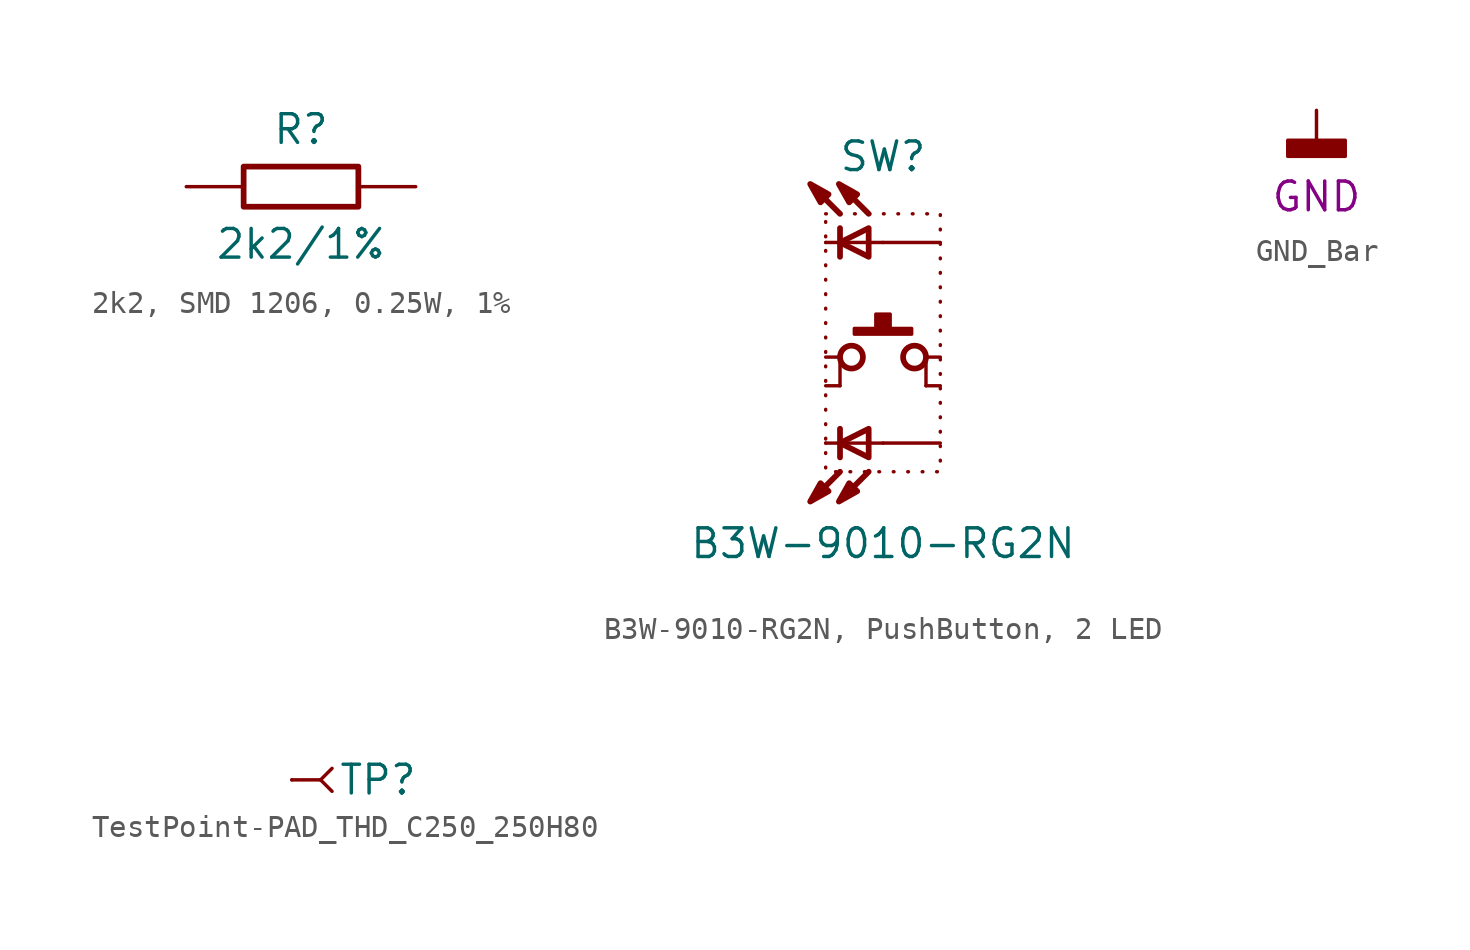
<source format=kicad_sym>
(kicad_symbol_lib
  (version 20231120)
  (generator "kicad_symbol_editor")
  (generator_version "8.0")
  (symbol "2k2, SMD 1206, 0.25W, 1%"
    (pin_numbers hide)
    (pin_names
      (offset 0) hide)
    (property "Reference" "R"
      (at 0 2.54 0)
      (effects (font (size 1.27 1.27))))
    (property "Value" "2k2/1%"
      (at 0 -2.54 0)
      (effects (font (size 1.27 1.27))))
    (symbol "2k2, SMD 1206, 0.25W, 1%_0_1"
      (rectangle (start -2.54 0.889) (end 2.54 -0.889) (stroke (width 0.254) (type default)) (fill (type none))))
    (symbol "2k2, SMD 1206, 0.25W, 1%_1_1"
      (pin passive line (at -5.08 0 0) (length 2.54) (name "1" (effects (font (size 1.27 1.27)))) (number "1" (effects (font (size 1.27 1.27)))))
      (pin passive line (at 5.08 0 180) (length 2.54) (name "2" (effects (font (size 1.27 1.27)))) (number "2" (effects (font (size 1.27 1.27)))))))
  (symbol "B3W-9010-RG2N, PushButton, 2 LED"
    (pin_numbers hide)
    (pin_names
      (offset 0) hide)
    (property "Reference" "SW"
      (at 0 8.89 0)
      (effects (font (size 1.27 1.27))))
    (property "Value" "B3W-9010-RG2N"
      (at 0 -8.255 0)
      (effects (font (size 1.27 1.27))))
    (symbol "B3W-9010-RG2N, PushButton, 2 LED_0_0"
      (polyline (pts (xy -2.54 -3.81) (xy 0 -3.81)) (stroke (width 0.152) (type default)) (fill (type none)))
      (polyline (pts (xy -2.54 5.08) (xy 0 5.08)) (stroke (width 0.152) (type default)) (fill (type none)))
      (polyline (pts (xy -1.905 -5.08) (xy -3.175 -6.35)) (stroke (width 0.254) (type default)) (fill (type none)))
      (polyline (pts (xy -1.905 6.35) (xy -3.175 7.62)) (stroke (width 0.254) (type default)) (fill (type none)))
      (polyline (pts (xy -0.635 -5.08) (xy -1.905 -6.35)) (stroke (width 0.254) (type default)) (fill (type none)))
      (polyline (pts (xy -0.635 6.35) (xy -1.905 7.62)) (stroke (width 0.254) (type default)) (fill (type none)))
      (polyline (pts (xy -3.226 -6.401) (xy -2.769 -5.588) (xy -2.413 -5.944) (xy -3.226 -6.401)) (stroke (width 0.254) (type default)) (fill (type outline)))
      (polyline (pts (xy -3.226 7.671) (xy -2.769 6.858) (xy -2.413 7.214) (xy -3.226 7.671)) (stroke (width 0.254) (type default)) (fill (type outline)))
      (polyline (pts (xy -1.956 -6.401) (xy -1.499 -5.588) (xy -1.143 -5.944) (xy -1.956 -6.401)) (stroke (width 0.254) (type default)) (fill (type outline)))
      (polyline (pts (xy -1.956 7.671) (xy -1.499 6.858) (xy -1.143 7.214) (xy -1.956 7.671)) (stroke (width 0.254) (type default)) (fill (type outline))))
    (symbol "B3W-9010-RG2N, PushButton, 2 LED_0_1"
      (circle (center -1.397 0) (radius 0.508) (stroke (width 0.254) (type default)) (fill (type none)))
      (rectangle (start -1.27 1.27) (end 1.27 1.016) (stroke (width 0.152) (type default)) (fill (type outline)))
      (rectangle (start -0.318 1.905) (end 0.318 1.27) (stroke (width 0.152) (type default)) (fill (type outline)))
      (polyline (pts (xy -1.905 -4.445) (xy -1.905 -3.175)) (stroke (width 0.254) (type default)) (fill (type none)))
      (polyline (pts (xy -1.905 -1.27) (xy -1.905 0)) (stroke (width 0.152) (type default)) (fill (type none)))
      (polyline (pts (xy -1.905 5.715) (xy -1.905 4.445)) (stroke (width 0.254) (type default)) (fill (type none)))
      (polyline (pts (xy 1.905 -1.27) (xy 1.905 0)) (stroke (width 0.152) (type default)) (fill (type none)))
      (polyline (pts (xy -0.635 -4.445) (xy -0.635 -3.175) (xy -1.905 -3.81) (xy -0.635 -4.445)) (stroke (width 0.254) (type default)) (fill (type none)))
      (polyline (pts (xy -0.635 5.715) (xy -0.635 4.445) (xy -1.905 5.08) (xy -0.635 5.715)) (stroke (width 0.254) (type default)) (fill (type none)))
      (circle (center 1.397 0) (radius 0.508) (stroke (width 0.254) (type default)) (fill (type none))))
    (symbol "B3W-9010-RG2N, PushButton, 2 LED_1_1"
      (rectangle (start -2.54 6.35) (end 2.54 -5.08) (stroke (width 0) (type dot)) (fill (type none)))
      (pin passive line (at -2.54 0 0) (length 0.635) (name "1" (effects (font (size 1.27 1.27)))) (number "1" (effects (font (size 1.27 1.27)))))
      (pin passive line (at -2.54 -1.27 0) (length 0.635) (name "2" (effects (font (size 1.27 1.27)))) (number "2" (effects (font (size 1.27 1.27)))))
      (pin passive line (at 2.54 0 180) (length 0.635) (name "3" (effects (font (size 1.27 1.27)))) (number "3" (effects (font (size 1.27 1.27)))))
      (pin passive line (at 2.54 -1.27 180) (length 0.635) (name "4" (effects (font (size 1.27 1.27)))) (number "4" (effects (font (size 1.27 1.27)))))
      (pin passive line (at 2.54 -3.81 180) (length 2.54) (name "A1" (effects (font (size 1.27 1.27)))) (number "A1" (effects (font (size 1.27 1.27)))))
      (pin passive line (at 2.54 5.08 180) (length 2.54) (name "A2" (effects (font (size 1.27 1.27)))) (number "A2" (effects (font (size 1.27 1.27)))))
      (pin passive line (at -2.54 -3.81 0) (length 0) (name "C1" (effects (font (size 1.27 1.27)))) (number "C1" (effects (font (size 1.27 1.27)))))
      (pin passive line (at -2.54 5.08 0) (length 0) (name "C2" (effects (font (size 1.27 1.27)))) (number "C2" (effects (font (size 1.27 1.27)))))))
  (symbol "GND_Bar"
    (power)
    (pin_numbers hide)
    (pin_names
      (offset 0) hide)
    (property "Reference" "#PWR"
      (at 0 1.778 0)
      (effects (font (size 1.143 1.143)) (hide yes)))
    (property "Signal_Name" "GND"
      (at 0 -3.81 0)
      (effects (font (size 1.27 1.27))))
    (symbol "GND_Bar_0_1"
      (polyline (pts (xy 0 -1.27) (xy 0 0)) (stroke (width 0) (type default)) (fill (type none))))
    (symbol "GND_Bar_1_1"
      (rectangle (start -1.27 -2.032) (end 1.27 -1.321) (stroke (width 0) (type default)) (fill (type outline)))
      (pin power_in line (at 0 0 270) (length 0) hide (name "GND" (effects (font (size 1.27 1.27)))) (number "1" (effects (font (size 1.27 1.27)))))))
  (symbol "TestPoint-PAD_THD_C250_250H80"
    (pin_numbers hide)
    (pin_names
      (offset 1.016) hide)
    (property "Reference" "TP"
      (at 3.81 0 0)
      (effects (font (size 1.27 1.27))))
    (symbol "TestPoint-PAD_THD_C250_250H80_1_0"
      (polyline (pts (xy 0 0) (xy 1.27 0)) (stroke (width 0) (type default)) (fill (type none))))
    (symbol "TestPoint-PAD_THD_C250_250H80_1_1"
      (polyline (pts (xy 1.27 0) (xy 1.778 -0.508)) (stroke (width 0.152) (type default)) (fill (type none)))
      (polyline (pts (xy 1.27 0) (xy 1.778 0.508)) (stroke (width 0.152) (type default)) (fill (type none)))
      (pin passive line (at 0 0 0) (length 0) (name "1" (effects (font (size 1.27 1.27)))) (number "1" (effects (font (size 1.27 1.27))))))))
</source>
